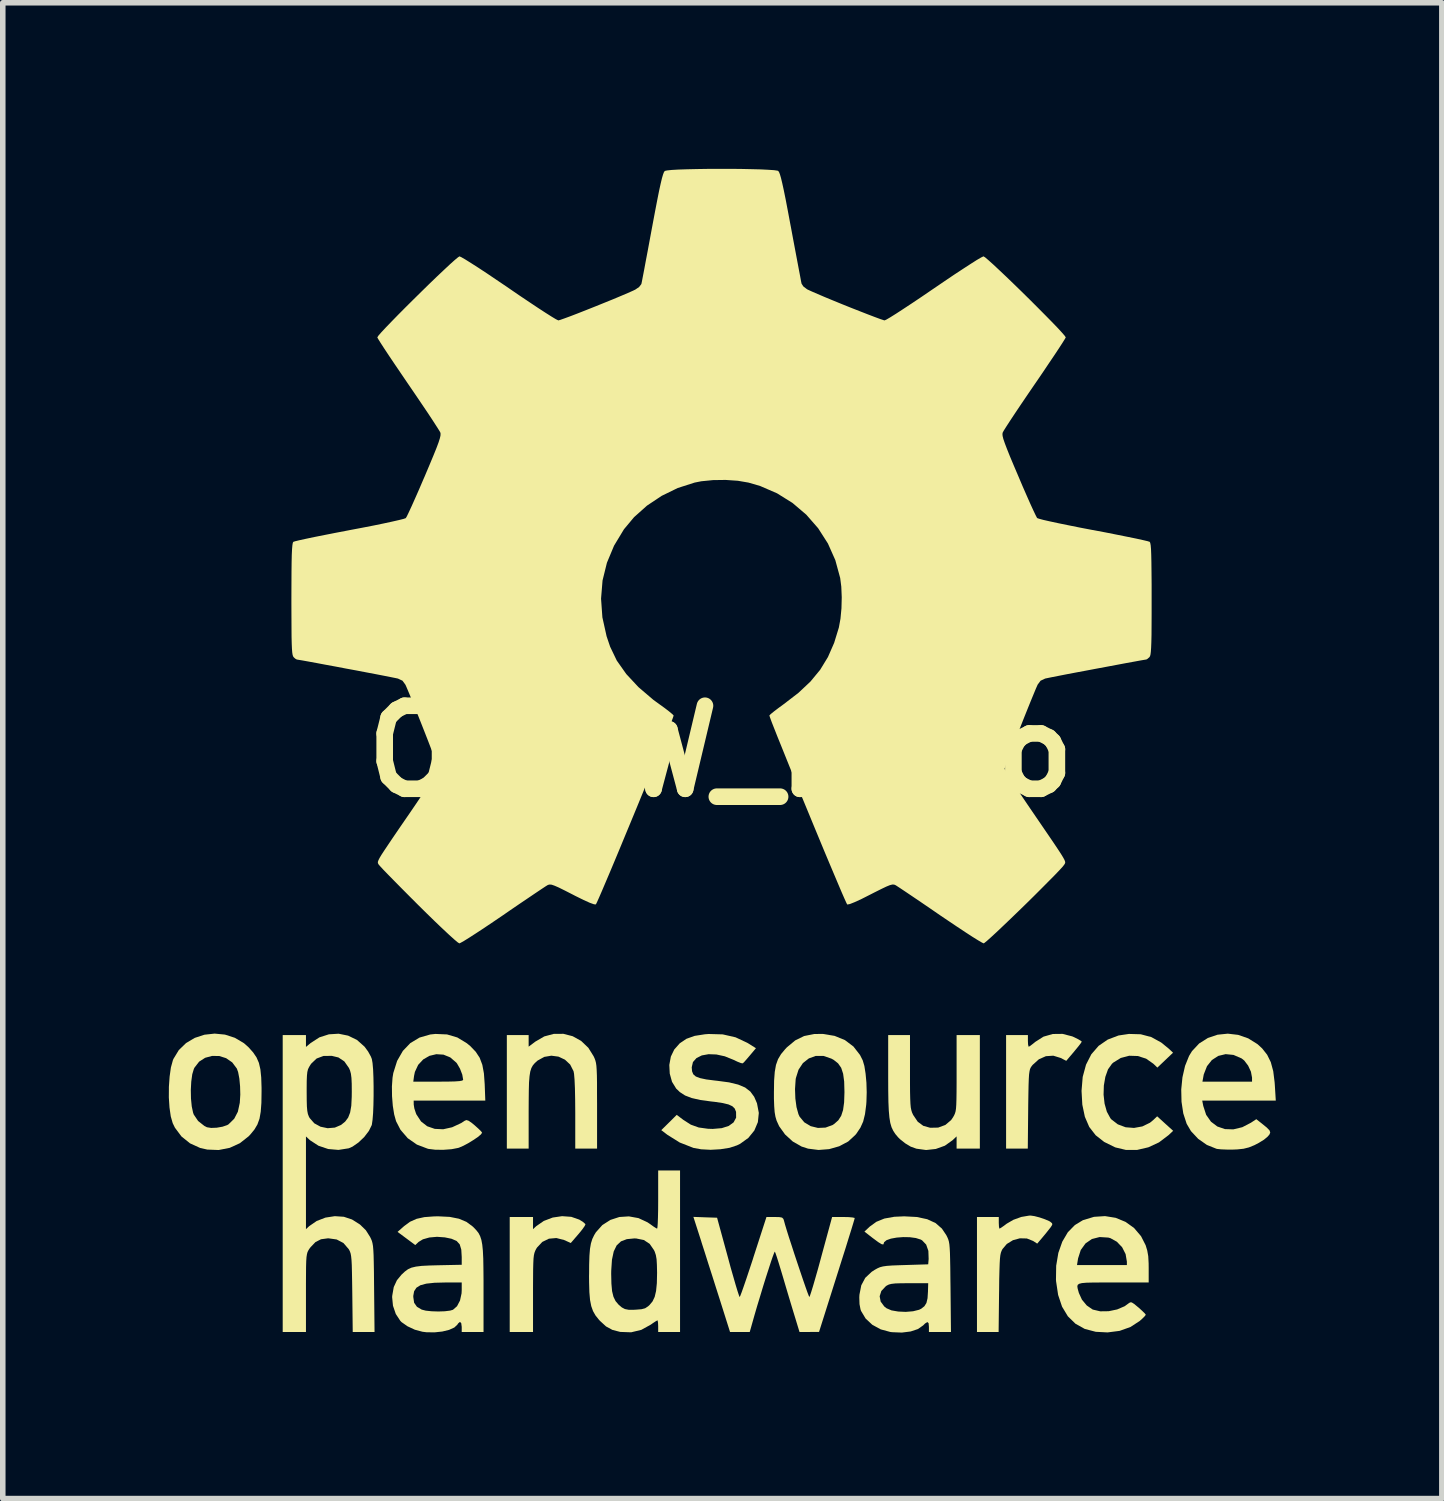
<source format=kicad_pcb>
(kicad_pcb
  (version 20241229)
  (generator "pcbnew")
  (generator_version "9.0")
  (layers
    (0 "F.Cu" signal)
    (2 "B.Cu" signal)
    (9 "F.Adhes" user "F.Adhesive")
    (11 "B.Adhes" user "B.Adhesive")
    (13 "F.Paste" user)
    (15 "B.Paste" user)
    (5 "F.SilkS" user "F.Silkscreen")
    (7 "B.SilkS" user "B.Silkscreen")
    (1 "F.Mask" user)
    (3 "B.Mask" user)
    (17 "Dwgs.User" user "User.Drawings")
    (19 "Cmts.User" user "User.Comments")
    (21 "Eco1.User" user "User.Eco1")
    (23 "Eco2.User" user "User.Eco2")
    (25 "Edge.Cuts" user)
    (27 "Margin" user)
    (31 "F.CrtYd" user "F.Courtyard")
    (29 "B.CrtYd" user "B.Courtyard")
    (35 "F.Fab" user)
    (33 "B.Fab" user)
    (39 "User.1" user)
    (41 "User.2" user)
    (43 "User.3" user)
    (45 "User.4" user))
  (footprint "OSHW_Logo"
    (layer "F.Cu")
    (at 9.971 10.521)
    (property "Reference" "OSHW_Logo" (at 0 0 0) (layer "F.SilkS") (effects (font (size 1.5 1.5) (thickness 0.3))))
    (attr board_only exclude_from_pos_files exclude_from_bom)
    (fp_poly (pts (xy -2.701 8.411) (xy -2.557 8.461) (xy -2.492 8.501) (xy -2.451 8.537) (xy -2.445 8.549) (xy -2.462 8.582) (xy -2.504 8.641) (xy -2.565 8.716) (xy -2.578 8.731) (xy -2.71 8.884) (xy -2.83 8.83) (xy -2.97 8.794) (xy -3.105 8.806) (xy -3.224 8.864) (xy -3.32 8.966) (xy -3.337 8.994) (xy -3.353 9.026) (xy -3.366 9.061) (xy -3.376 9.105) (xy -3.383 9.165) (xy -3.387 9.248) (xy -3.39 9.361) (xy -3.391 9.51) (xy -3.392 9.702) (xy -3.392 9.792) (xy -3.392 10.491) (xy -3.602 10.491) (xy -3.813 10.491) (xy -3.813 9.453) (xy -3.813 8.414) (xy -3.602 8.414) (xy -3.392 8.414) (xy -3.392 8.524) (xy -3.392 8.634) (xy -3.333 8.579) (xy -3.197 8.485) (xy -3.037 8.424) (xy -2.867 8.399)) (stroke (width 0) (type solid)) (fill yes) (layer "F.SilkS"))
    (fp_poly (pts (xy 6.349 5.151) (xy 6.383 5.166) (xy 6.457 5.203) (xy 6.507 5.233) (xy 6.521 5.246) (xy 6.505 5.273) (xy 6.463 5.328) (xy 6.402 5.402) (xy 6.381 5.428) (xy 6.241 5.593) (xy 6.14 5.541) (xy 6.007 5.5) (xy 5.873 5.509) (xy 5.746 5.565) (xy 5.634 5.666) (xy 5.615 5.69) (xy 5.599 5.714) (xy 5.586 5.743) (xy 5.577 5.783) (xy 5.569 5.84) (xy 5.564 5.921) (xy 5.56 6.033) (xy 5.557 6.181) (xy 5.554 6.373) (xy 5.553 6.47) (xy 5.546 7.178) (xy 5.35 7.178) (xy 5.154 7.178) (xy 5.154 6.153) (xy 5.154 5.127) (xy 5.351 5.127) (xy 5.548 5.127) (xy 5.548 5.233) (xy 5.551 5.298) (xy 5.56 5.335) (xy 5.564 5.338) (xy 5.591 5.322) (xy 5.643 5.282) (xy 5.682 5.25) (xy 5.83 5.156) (xy 5.997 5.108) (xy 6.173 5.106)) (stroke (width 0) (type solid)) (fill yes) (layer "F.SilkS"))
    (fp_poly (pts (xy 5.666 8.398) (xy 5.759 8.422) (xy 5.855 8.455) (xy 5.932 8.488) (xy 5.955 8.502) (xy 5.985 8.528) (xy 5.988 8.554) (xy 5.962 8.596) (xy 5.937 8.628) (xy 5.873 8.709) (xy 5.803 8.793) (xy 5.792 8.806) (xy 5.716 8.895) (xy 5.642 8.847) (xy 5.529 8.802) (xy 5.403 8.799) (xy 5.278 8.833) (xy 5.167 8.901) (xy 5.089 8.993) (xy 5.073 9.024) (xy 5.06 9.059) (xy 5.05 9.105) (xy 5.043 9.169) (xy 5.038 9.257) (xy 5.034 9.377) (xy 5.03 9.534) (xy 5.028 9.735) (xy 5.027 9.788) (xy 5.019 10.491) (xy 4.823 10.491) (xy 4.628 10.491) (xy 4.628 9.453) (xy 4.628 8.414) (xy 4.825 8.414) (xy 5.022 8.414) (xy 5.022 8.519) (xy 5.025 8.585) (xy 5.032 8.622) (xy 5.035 8.624) (xy 5.061 8.61) (xy 5.116 8.572) (xy 5.165 8.535) (xy 5.285 8.465) (xy 5.429 8.413) (xy 5.57 8.389) (xy 5.597 8.388)) (stroke (width 0) (type solid)) (fill yes) (layer "F.SilkS"))
    (fp_poly (pts (xy 7.586 5.113) (xy 7.778 5.164) (xy 7.956 5.262) (xy 8.089 5.37) (xy 8.17 5.446) (xy 8.029 5.58) (xy 7.887 5.715) (xy 7.815 5.646) (xy 7.684 5.554) (xy 7.534 5.506) (xy 7.378 5.501) (xy 7.226 5.541) (xy 7.09 5.625) (xy 7.066 5.647) (xy 6.995 5.747) (xy 6.947 5.882) (xy 6.92 6.038) (xy 6.915 6.204) (xy 6.933 6.366) (xy 6.974 6.512) (xy 7.037 6.628) (xy 7.054 6.649) (xy 7.172 6.74) (xy 7.313 6.793) (xy 7.465 6.805) (xy 7.615 6.778) (xy 7.753 6.711) (xy 7.813 6.662) (xy 7.883 6.595) (xy 8.027 6.726) (xy 8.172 6.857) (xy 8.089 6.935) (xy 7.916 7.066) (xy 7.724 7.155) (xy 7.522 7.202) (xy 7.321 7.203) (xy 7.128 7.157) (xy 7.121 7.154) (xy 6.926 7.058) (xy 6.772 6.937) (xy 6.656 6.787) (xy 6.577 6.604) (xy 6.531 6.385) (xy 6.517 6.135) (xy 6.538 5.883) (xy 6.598 5.662) (xy 6.694 5.474) (xy 6.826 5.322) (xy 6.99 5.209) (xy 7.185 5.135) (xy 7.373 5.107)) (stroke (width 0) (type solid)) (fill yes) (layer "F.SilkS"))
    (fp_poly (pts (xy -2.676 5.148) (xy -2.523 5.233) (xy -2.393 5.357) (xy -2.298 5.509) (xy -2.28 5.548) (xy -2.266 5.586) (xy -2.255 5.629) (xy -2.247 5.684) (xy -2.242 5.758) (xy -2.238 5.856) (xy -2.236 5.987) (xy -2.236 6.155) (xy -2.235 6.369) (xy -2.235 6.409) (xy -2.235 7.178) (xy -2.432 7.178) (xy -2.629 7.178) (xy -2.629 6.531) (xy -2.631 6.287) (xy -2.635 6.087) (xy -2.642 5.932) (xy -2.651 5.826) (xy -2.66 5.78) (xy -2.721 5.66) (xy -2.815 5.572) (xy -2.932 5.517) (xy -3.061 5.5) (xy -3.19 5.522) (xy -3.309 5.588) (xy -3.316 5.594) (xy -3.36 5.634) (xy -3.395 5.675) (xy -3.422 5.724) (xy -3.442 5.787) (xy -3.455 5.87) (xy -3.464 5.981) (xy -3.468 6.126) (xy -3.47 6.312) (xy -3.471 6.507) (xy -3.471 7.178) (xy -3.668 7.178) (xy -3.865 7.178) (xy -3.865 6.153) (xy -3.865 5.127) (xy -3.668 5.127) (xy -3.471 5.127) (xy -3.471 5.232) (xy -3.471 5.337) (xy -3.352 5.247) (xy -3.189 5.152) (xy -3.017 5.106) (xy -2.843 5.105)) (stroke (width 0) (type solid)) (fill yes) (layer "F.SilkS"))
    (fp_poly (pts (xy 3.418 5.792) (xy 3.418 5.997) (xy 3.419 6.157) (xy 3.422 6.278) (xy 3.426 6.368) (xy 3.432 6.435) (xy 3.442 6.484) (xy 3.454 6.524) (xy 3.471 6.561) (xy 3.477 6.573) (xy 3.558 6.693) (xy 3.658 6.767) (xy 3.782 6.802) (xy 3.927 6.799) (xy 4.057 6.751) (xy 4.161 6.663) (xy 4.194 6.615) (xy 4.214 6.58) (xy 4.229 6.547) (xy 4.241 6.508) (xy 4.249 6.457) (xy 4.254 6.387) (xy 4.257 6.29) (xy 4.259 6.16) (xy 4.26 5.991) (xy 4.26 5.815) (xy 4.26 5.127) (xy 4.47 5.127) (xy 4.68 5.127) (xy 4.68 6.153) (xy 4.68 7.178) (xy 4.47 7.178) (xy 4.26 7.178) (xy 4.26 7.068) (xy 4.26 6.958) (xy 4.187 7.027) (xy 4.048 7.126) (xy 3.884 7.185) (xy 3.709 7.204) (xy 3.534 7.18) (xy 3.431 7.143) (xy 3.333 7.084) (xy 3.236 7.007) (xy 3.203 6.974) (xy 3.154 6.916) (xy 3.116 6.858) (xy 3.085 6.793) (xy 3.062 6.715) (xy 3.046 6.616) (xy 3.035 6.492) (xy 3.028 6.335) (xy 3.025 6.139) (xy 3.024 5.898) (xy 3.024 5.859) (xy 3.024 5.127) (xy 3.221 5.127) (xy 3.418 5.127)) (stroke (width 0) (type solid)) (fill yes) (layer "F.SilkS"))
    (fp_poly (pts (xy 9.347 5.124) (xy 9.528 5.187) (xy 9.695 5.291) (xy 9.78 5.369) (xy 9.87 5.483) (xy 9.936 5.617) (xy 9.98 5.78) (xy 10.005 5.981) (xy 10.009 6.036) (xy 10.026 6.311) (xy 9.362 6.311) (xy 8.697 6.311) (xy 8.716 6.408) (xy 8.768 6.568) (xy 8.855 6.692) (xy 8.97 6.779) (xy 9.107 6.826) (xy 9.259 6.831) (xy 9.421 6.792) (xy 9.577 6.711) (xy 9.674 6.647) (xy 9.776 6.727) (xy 9.863 6.798) (xy 9.912 6.848) (xy 9.926 6.887) (xy 9.911 6.925) (xy 9.875 6.966) (xy 9.812 7.018) (xy 9.721 7.074) (xy 9.641 7.116) (xy 9.54 7.157) (xy 9.444 7.181) (xy 9.331 7.193) (xy 9.255 7.196) (xy 9.142 7.196) (xy 9.038 7.192) (xy 8.965 7.184) (xy 8.953 7.181) (xy 8.781 7.112) (xy 8.624 7.002) (xy 8.494 6.863) (xy 8.416 6.73) (xy 8.355 6.543) (xy 8.323 6.332) (xy 8.318 6.11) (xy 8.332 5.969) (xy 8.701 5.969) (xy 9.149 5.969) (xy 9.597 5.969) (xy 9.597 5.896) (xy 9.577 5.789) (xy 9.526 5.679) (xy 9.456 5.587) (xy 9.408 5.549) (xy 9.262 5.486) (xy 9.12 5.472) (xy 8.987 5.504) (xy 8.872 5.578) (xy 8.783 5.69) (xy 8.725 5.838) (xy 8.719 5.87) (xy 8.701 5.969) (xy 8.332 5.969) (xy 8.34 5.89) (xy 8.387 5.684) (xy 8.459 5.505) (xy 8.512 5.418) (xy 8.642 5.279) (xy 8.799 5.18) (xy 8.974 5.121) (xy 9.159 5.102)) (stroke (width 0) (type solid)) (fill yes) (layer "F.SilkS"))
    (fp_poly (pts (xy -8.957 5.119) (xy -8.778 5.177) (xy -8.613 5.275) (xy -8.529 5.35) (xy -8.448 5.441) (xy -8.387 5.531) (xy -8.344 5.63) (xy -8.317 5.747) (xy -8.302 5.894) (xy -8.296 6.079) (xy -8.296 6.153) (xy -8.299 6.354) (xy -8.311 6.512) (xy -8.333 6.638) (xy -8.371 6.743) (xy -8.425 6.834) (xy -8.499 6.924) (xy -8.529 6.956) (xy -8.688 7.081) (xy -8.872 7.165) (xy -9.071 7.204) (xy -9.276 7.196) (xy -9.405 7.167) (xy -9.589 7.083) (xy -9.743 6.959) (xy -9.861 6.801) (xy -9.901 6.719) (xy -9.936 6.597) (xy -9.959 6.437) (xy -9.971 6.255) (xy -9.97 6.12) (xy -9.574 6.12) (xy -9.571 6.275) (xy -9.557 6.417) (xy -9.533 6.529) (xy -9.521 6.563) (xy -9.442 6.68) (xy -9.329 6.769) (xy -9.282 6.793) (xy -9.207 6.805) (xy -9.106 6.801) (xy -9.002 6.783) (xy -8.917 6.754) (xy -8.893 6.74) (xy -8.79 6.639) (xy -8.724 6.512) (xy -8.689 6.35) (xy -8.689 6.346) (xy -8.68 6.203) (xy -8.684 6.054) (xy -8.697 5.914) (xy -8.719 5.798) (xy -8.742 5.733) (xy -8.826 5.621) (xy -8.936 5.545) (xy -9.06 5.506) (xy -9.19 5.504) (xy -9.315 5.538) (xy -9.424 5.608) (xy -9.507 5.715) (xy -9.519 5.739) (xy -9.548 5.836) (xy -9.566 5.969) (xy -9.574 6.12) (xy -9.97 6.12) (xy -9.97 6.065) (xy -9.957 5.879) (xy -9.934 5.714) (xy -9.898 5.583) (xy -9.889 5.56) (xy -9.791 5.399) (xy -9.659 5.271) (xy -9.502 5.178) (xy -9.327 5.121) (xy -9.143 5.101)) (stroke (width 0) (type solid)) (fill yes) (layer "F.SilkS"))
    (fp_poly (pts (xy 2.056 5.142) (xy 2.242 5.218) (xy 2.396 5.334) (xy 2.515 5.487) (xy 2.564 5.584) (xy 2.594 5.686) (xy 2.616 5.826) (xy 2.631 5.989) (xy 2.636 6.163) (xy 2.631 6.332) (xy 2.627 6.388) (xy 2.605 6.557) (xy 2.572 6.69) (xy 2.522 6.801) (xy 2.45 6.908) (xy 2.431 6.931) (xy 2.302 7.05) (xy 2.14 7.136) (xy 1.958 7.188) (xy 1.766 7.203) (xy 1.576 7.179) (xy 1.459 7.141) (xy 1.3 7.05) (xy 1.161 6.923) (xy 1.054 6.774) (xy 1.008 6.673) (xy 0.987 6.601) (xy 0.973 6.519) (xy 0.965 6.415) (xy 0.96 6.278) (xy 0.96 6.153) (xy 0.961 6.104) (xy 1.341 6.104) (xy 1.347 6.274) (xy 1.368 6.43) (xy 1.403 6.557) (xy 1.424 6.602) (xy 1.509 6.704) (xy 1.624 6.773) (xy 1.755 6.805) (xy 1.892 6.799) (xy 2.02 6.752) (xy 2.05 6.732) (xy 2.123 6.667) (xy 2.175 6.586) (xy 2.209 6.481) (xy 2.228 6.343) (xy 2.234 6.162) (xy 2.234 6.152) (xy 2.229 5.967) (xy 2.21 5.826) (xy 2.175 5.719) (xy 2.119 5.639) (xy 2.04 5.576) (xy 1.998 5.553) (xy 1.855 5.504) (xy 1.716 5.504) (xy 1.591 5.549) (xy 1.484 5.633) (xy 1.404 5.754) (xy 1.356 5.906) (xy 1.352 5.934) (xy 1.341 6.104) (xy 0.961 6.104) (xy 0.963 5.952) (xy 0.975 5.793) (xy 0.997 5.667) (xy 1.034 5.563) (xy 1.089 5.471) (xy 1.163 5.382) (xy 1.193 5.35) (xy 1.344 5.224) (xy 1.505 5.145) (xy 1.688 5.108) (xy 1.844 5.107)) (stroke (width 0) (type solid)) (fill yes) (layer "F.SilkS"))
    (fp_poly (pts (xy 7.134 8.429) (xy 7.311 8.502) (xy 7.466 8.613) (xy 7.592 8.761) (xy 7.675 8.924) (xy 7.704 9.02) (xy 7.722 9.122) (xy 7.729 9.249) (xy 7.73 9.335) (xy 7.73 9.597) (xy 7.086 9.597) (xy 6.881 9.597) (xy 6.722 9.598) (xy 6.605 9.601) (xy 6.524 9.608) (xy 6.473 9.621) (xy 6.447 9.641) (xy 6.441 9.671) (xy 6.448 9.712) (xy 6.463 9.765) (xy 6.469 9.787) (xy 6.524 9.907) (xy 6.611 10.012) (xy 6.714 10.083) (xy 6.723 10.087) (xy 6.855 10.118) (xy 7.007 10.116) (xy 7.16 10.084) (xy 7.296 10.026) (xy 7.367 9.974) (xy 7.395 9.956) (xy 7.424 9.957) (xy 7.468 9.985) (xy 7.538 10.043) (xy 7.545 10.048) (xy 7.612 10.109) (xy 7.66 10.156) (xy 7.678 10.18) (xy 7.659 10.206) (xy 7.612 10.253) (xy 7.568 10.292) (xy 7.401 10.401) (xy 7.205 10.471) (xy 6.987 10.499) (xy 6.774 10.488) (xy 6.575 10.436) (xy 6.407 10.342) (xy 6.27 10.208) (xy 6.165 10.034) (xy 6.094 9.822) (xy 6.057 9.575) (xy 6.055 9.545) (xy 6.059 9.292) (xy 6.061 9.282) (xy 6.435 9.282) (xy 6.886 9.282) (xy 7.336 9.282) (xy 7.336 9.22) (xy 7.313 9.084) (xy 7.25 8.96) (xy 7.155 8.861) (xy 7.04 8.797) (xy 7.002 8.786) (xy 6.844 8.776) (xy 6.704 8.812) (xy 6.589 8.891) (xy 6.503 9.01) (xy 6.454 9.163) (xy 6.453 9.17) (xy 6.435 9.282) (xy 6.061 9.282) (xy 6.098 9.062) (xy 6.169 8.86) (xy 6.269 8.69) (xy 6.398 8.558) (xy 6.541 8.472) (xy 6.742 8.411) (xy 6.942 8.398)) (stroke (width 0) (type solid)) (fill yes) (layer "F.SilkS"))
    (fp_poly (pts (xy -4.945 5.116) (xy -4.759 5.171) (xy -4.588 5.275) (xy -4.527 5.325) (xy -4.428 5.428) (xy -4.356 5.537) (xy -4.308 5.664) (xy -4.279 5.82) (xy -4.265 6.015) (xy -4.254 6.311) (xy -4.901 6.311) (xy -5.548 6.311) (xy -5.547 6.383) (xy -5.536 6.453) (xy -5.508 6.538) (xy -5.498 6.562) (xy -5.415 6.688) (xy -5.303 6.775) (xy -5.167 6.822) (xy -5.015 6.829) (xy -4.853 6.793) (xy -4.688 6.716) (xy -4.624 6.674) (xy -4.594 6.663) (xy -4.554 6.676) (xy -4.494 6.718) (xy -4.447 6.757) (xy -4.379 6.818) (xy -4.33 6.866) (xy -4.312 6.892) (xy -4.334 6.923) (xy -4.39 6.97) (xy -4.47 7.024) (xy -4.561 7.08) (xy -4.651 7.128) (xy -4.728 7.161) (xy -4.743 7.166) (xy -4.862 7.189) (xy -5.008 7.2) (xy -5.155 7.199) (xy -5.28 7.184) (xy -5.298 7.179) (xy -5.49 7.106) (xy -5.655 6.991) (xy -5.786 6.839) (xy -5.866 6.684) (xy -5.9 6.562) (xy -5.925 6.406) (xy -5.939 6.231) (xy -5.941 6.056) (xy -5.935 5.969) (xy -5.555 5.969) (xy -5.104 5.969) (xy -4.931 5.968) (xy -4.805 5.965) (xy -4.721 5.959) (xy -4.672 5.95) (xy -4.655 5.938) (xy -4.654 5.936) (xy -4.67 5.842) (xy -4.711 5.735) (xy -4.766 5.64) (xy -4.779 5.624) (xy -4.887 5.531) (xy -5.01 5.481) (xy -5.139 5.473) (xy -5.264 5.503) (xy -5.376 5.568) (xy -5.467 5.666) (xy -5.526 5.793) (xy -5.541 5.864) (xy -5.555 5.969) (xy -5.935 5.969) (xy -5.93 5.898) (xy -5.916 5.813) (xy -5.847 5.594) (xy -5.743 5.413) (xy -5.608 5.272) (xy -5.443 5.173) (xy -5.249 5.117) (xy -5.154 5.107)) (stroke (width 0) (type solid)) (fill yes) (layer "F.SilkS"))
    (fp_poly (pts (xy 0.035 5.115) (xy 0.267 5.168) (xy 0.48 5.268) (xy 0.508 5.285) (xy 0.635 5.365) (xy 0.525 5.496) (xy 0.466 5.565) (xy 0.42 5.617) (xy 0.397 5.638) (xy 0.366 5.634) (xy 0.302 5.609) (xy 0.228 5.574) (xy 0.072 5.511) (xy -0.08 5.478) (xy -0.221 5.473) (xy -0.343 5.495) (xy -0.439 5.543) (xy -0.503 5.615) (xy -0.525 5.71) (xy -0.525 5.711) (xy -0.519 5.782) (xy -0.497 5.836) (xy -0.451 5.876) (xy -0.375 5.905) (xy -0.262 5.929) (xy -0.105 5.949) (xy -0.06 5.954) (xy 0.15 5.982) (xy 0.314 6.022) (xy 0.44 6.075) (xy 0.534 6.148) (xy 0.603 6.242) (xy 0.654 6.36) (xy 0.687 6.534) (xy 0.67 6.7) (xy 0.606 6.852) (xy 0.498 6.985) (xy 0.348 7.093) (xy 0.292 7.12) (xy 0.159 7.164) (xy -0.006 7.19) (xy -0.183 7.2) (xy -0.355 7.191) (xy -0.493 7.166) (xy -0.743 7.068) (xy -0.965 6.929) (xy -1.075 6.845) (xy -0.935 6.707) (xy -0.796 6.569) (xy -0.673 6.662) (xy -0.541 6.746) (xy -0.399 6.797) (xy -0.233 6.82) (xy -0.145 6.823) (xy 0.017 6.809) (xy 0.143 6.769) (xy 0.231 6.705) (xy 0.277 6.62) (xy 0.276 6.516) (xy 0.274 6.51) (xy 0.252 6.455) (xy 0.209 6.413) (xy 0.14 6.381) (xy 0.037 6.356) (xy -0.109 6.334) (xy -0.174 6.327) (xy -0.371 6.3) (xy -0.525 6.265) (xy -0.645 6.219) (xy -0.739 6.158) (xy -0.806 6.094) (xy -0.881 5.972) (xy -0.922 5.824) (xy -0.93 5.667) (xy -0.902 5.516) (xy -0.841 5.389) (xy -0.741 5.276) (xy -0.621 5.195) (xy -0.472 5.142) (xy -0.286 5.113) (xy -0.22 5.108)) (stroke (width 0) (type solid)) (fill yes) (layer "F.SilkS"))
    (fp_poly (pts (xy -4.897 8.412) (xy -4.731 8.445) (xy -4.595 8.502) (xy -4.479 8.588) (xy -4.457 8.61) (xy -4.412 8.658) (xy -4.375 8.706) (xy -4.347 8.761) (xy -4.325 8.828) (xy -4.309 8.913) (xy -4.298 9.023) (xy -4.291 9.164) (xy -4.288 9.341) (xy -4.286 9.561) (xy -4.286 9.727) (xy -4.286 10.491) (xy -4.483 10.491) (xy -4.68 10.491) (xy -4.68 10.399) (xy -4.689 10.331) (xy -4.712 10.309) (xy -4.745 10.337) (xy -4.758 10.358) (xy -4.813 10.41) (xy -4.908 10.453) (xy -5.031 10.483) (xy -5.171 10.498) (xy -5.317 10.496) (xy -5.389 10.487) (xy -5.527 10.45) (xy -5.66 10.388) (xy -5.767 10.313) (xy -5.79 10.289) (xy -5.871 10.166) (xy -5.922 10.017) (xy -5.937 9.862) (xy -5.937 9.859) (xy -5.555 9.859) (xy -5.54 9.963) (xy -5.489 10.036) (xy -5.403 10.087) (xy -5.329 10.106) (xy -5.224 10.117) (xy -5.103 10.121) (xy -4.986 10.117) (xy -4.889 10.105) (xy -4.838 10.09) (xy -4.765 10.026) (xy -4.711 9.923) (xy -4.683 9.794) (xy -4.68 9.735) (xy -4.68 9.597) (xy -4.976 9.597) (xy -5.171 9.602) (xy -5.32 9.618) (xy -5.427 9.647) (xy -5.499 9.692) (xy -5.54 9.755) (xy -5.555 9.838) (xy -5.555 9.859) (xy -5.937 9.859) (xy -5.935 9.834) (xy -5.908 9.68) (xy -5.851 9.557) (xy -5.768 9.456) (xy -5.708 9.4) (xy -5.651 9.358) (xy -5.587 9.329) (xy -5.507 9.31) (xy -5.401 9.297) (xy -5.26 9.29) (xy -5.108 9.286) (xy -4.68 9.277) (xy -4.68 9.137) (xy -4.688 9.003) (xy -4.716 8.909) (xy -4.772 8.847) (xy -4.865 8.807) (xy -4.986 8.782) (xy -5.127 8.772) (xy -5.264 8.784) (xy -5.381 8.817) (xy -5.46 8.865) (xy -5.519 8.921) (xy -5.679 8.802) (xy -5.839 8.683) (xy -5.72 8.578) (xy -5.614 8.5) (xy -5.495 8.447) (xy -5.354 8.416) (xy -5.177 8.403) (xy -5.101 8.402)) (stroke (width 0) (type solid)) (fill yes) (layer "F.SilkS"))
    (fp_poly (pts (xy -0.736 9.032) (xy -0.736 10.491) (xy -0.933 10.491) (xy -1.131 10.491) (xy -1.131 10.386) (xy -1.134 10.32) (xy -1.141 10.284) (xy -1.144 10.281) (xy -1.171 10.295) (xy -1.226 10.331) (xy -1.264 10.358) (xy -1.436 10.453) (xy -1.62 10.497) (xy -1.817 10.49) (xy -1.817 10.49) (xy -1.957 10.454) (xy -2.073 10.391) (xy -2.183 10.29) (xy -2.202 10.269) (xy -2.263 10.193) (xy -2.308 10.114) (xy -2.34 10.024) (xy -2.362 9.913) (xy -2.374 9.773) (xy -2.379 9.594) (xy -2.38 9.479) (xy -2.379 9.438) (xy -1.98 9.438) (xy -1.976 9.617) (xy -1.964 9.753) (xy -1.939 9.855) (xy -1.901 9.933) (xy -1.847 9.997) (xy -1.847 9.997) (xy -1.787 10.048) (xy -1.732 10.077) (xy -1.665 10.09) (xy -1.568 10.09) (xy -1.532 10.088) (xy -1.433 10.08) (xy -1.367 10.063) (xy -1.314 10.028) (xy -1.288 10.005) (xy -1.233 9.939) (xy -1.194 9.857) (xy -1.169 9.75) (xy -1.155 9.61) (xy -1.151 9.427) (xy -1.151 9.42) (xy -1.154 9.279) (xy -1.16 9.177) (xy -1.173 9.102) (xy -1.194 9.039) (xy -1.207 9.012) (xy -1.285 8.899) (xy -1.39 8.83) (xy -1.528 8.802) (xy -1.562 8.801) (xy -1.697 8.814) (xy -1.803 8.854) (xy -1.881 8.927) (xy -1.934 9.036) (xy -1.966 9.186) (xy -1.979 9.381) (xy -1.98 9.438) (xy -2.379 9.438) (xy -2.378 9.275) (xy -2.373 9.115) (xy -2.363 8.99) (xy -2.346 8.892) (xy -2.321 8.811) (xy -2.287 8.741) (xy -2.257 8.691) (xy -2.14 8.56) (xy -1.995 8.467) (xy -1.832 8.414) (xy -1.66 8.403) (xy -1.487 8.434) (xy -1.324 8.51) (xy -1.274 8.544) (xy -1.21 8.59) (xy -1.163 8.619) (xy -1.15 8.624) (xy -1.144 8.599) (xy -1.139 8.529) (xy -1.135 8.423) (xy -1.132 8.288) (xy -1.131 8.131) (xy -1.131 8.099) (xy -1.131 7.573) (xy -0.933 7.573) (xy -0.736 7.573)) (stroke (width 0) (type solid)) (fill yes) (layer "F.SilkS"))
    (fp_poly (pts (xy -0.281 8.42) (xy -0.067 8.427) (xy 0.129 9.144) (xy 0.179 9.329) (xy 0.227 9.496) (xy 0.268 9.639) (xy 0.302 9.751) (xy 0.327 9.827) (xy 0.34 9.86) (xy 0.341 9.86) (xy 0.353 9.836) (xy 0.379 9.768) (xy 0.416 9.663) (xy 0.463 9.526) (xy 0.517 9.364) (xy 0.577 9.183) (xy 0.591 9.137) (xy 0.825 8.414) (xy 0.975 8.414) (xy 1.06 8.416) (xy 1.107 8.425) (xy 1.131 8.449) (xy 1.143 8.486) (xy 1.161 8.552) (xy 1.191 8.652) (xy 1.231 8.78) (xy 1.279 8.926) (xy 1.33 9.084) (xy 1.384 9.246) (xy 1.437 9.404) (xy 1.486 9.549) (xy 1.53 9.676) (xy 1.565 9.775) (xy 1.59 9.839) (xy 1.6 9.86) (xy 1.611 9.836) (xy 1.634 9.767) (xy 1.667 9.66) (xy 1.707 9.522) (xy 1.754 9.358) (xy 1.804 9.175) (xy 1.814 9.137) (xy 2.011 8.414) (xy 2.215 8.414) (xy 2.311 8.416) (xy 2.383 8.423) (xy 2.418 8.431) (xy 2.419 8.434) (xy 2.412 8.462) (xy 2.39 8.536) (xy 2.356 8.648) (xy 2.31 8.795) (xy 2.256 8.97) (xy 2.193 9.168) (xy 2.125 9.384) (xy 2.097 9.472) (xy 1.775 10.49) (xy 1.598 10.491) (xy 1.422 10.491) (xy 1.344 10.235) (xy 1.309 10.121) (xy 1.264 9.972) (xy 1.213 9.802) (xy 1.161 9.627) (xy 1.129 9.518) (xy 1.085 9.371) (xy 1.045 9.24) (xy 1.012 9.136) (xy 0.988 9.066) (xy 0.976 9.039) (xy 0.965 9.059) (xy 0.941 9.122) (xy 0.907 9.221) (xy 0.865 9.351) (xy 0.816 9.502) (xy 0.764 9.669) (xy 0.711 9.845) (xy 0.657 10.022) (xy 0.607 10.194) (xy 0.562 10.353) (xy 0.55 10.396) (xy 0.523 10.491) (xy 0.345 10.491) (xy 0.167 10.491) (xy -0.022 9.893) (xy -0.087 9.69) (xy -0.156 9.472) (xy -0.226 9.254) (xy -0.29 9.051) (xy -0.345 8.881) (xy -0.353 8.853) (xy -0.495 8.412)) (stroke (width 0) (type solid)) (fill yes) (layer "F.SilkS"))
    (fp_poly (pts (xy 3.542 8.414) (xy 3.729 8.454) (xy 3.879 8.523) (xy 3.994 8.623) (xy 4.074 8.742) (xy 4.093 8.78) (xy 4.108 8.815) (xy 4.12 8.855) (xy 4.129 8.906) (xy 4.135 8.973) (xy 4.14 9.064) (xy 4.143 9.184) (xy 4.146 9.341) (xy 4.148 9.54) (xy 4.15 9.682) (xy 4.158 10.491) (xy 3.959 10.491) (xy 3.76 10.491) (xy 3.76 10.399) (xy 3.754 10.332) (xy 3.732 10.312) (xy 3.69 10.338) (xy 3.656 10.372) (xy 3.562 10.438) (xy 3.43 10.482) (xy 3.271 10.502) (xy 3.096 10.495) (xy 3.063 10.491) (xy 2.889 10.444) (xy 2.737 10.361) (xy 2.616 10.248) (xy 2.534 10.111) (xy 2.524 10.082) (xy 2.506 9.988) (xy 2.502 9.868) (xy 2.503 9.846) (xy 2.87 9.846) (xy 2.888 9.942) (xy 2.954 10.031) (xy 2.995 10.063) (xy 3.084 10.101) (xy 3.206 10.122) (xy 3.341 10.128) (xy 3.473 10.117) (xy 3.582 10.09) (xy 3.621 10.071) (xy 3.678 10.026) (xy 3.715 9.967) (xy 3.735 9.882) (xy 3.743 9.757) (xy 3.743 9.748) (xy 3.747 9.61) (xy 3.4 9.61) (xy 3.256 9.611) (xy 3.154 9.614) (xy 3.084 9.622) (xy 3.036 9.634) (xy 2.998 9.653) (xy 2.98 9.666) (xy 2.9 9.751) (xy 2.87 9.846) (xy 2.503 9.846) (xy 2.505 9.816) (xy 2.538 9.648) (xy 2.61 9.513) (xy 2.726 9.404) (xy 2.78 9.369) (xy 2.83 9.341) (xy 2.876 9.321) (xy 2.93 9.307) (xy 3 9.297) (xy 3.097 9.29) (xy 3.23 9.285) (xy 3.326 9.282) (xy 3.747 9.269) (xy 3.755 9.172) (xy 3.75 9.026) (xy 3.71 8.912) (xy 3.637 8.836) (xy 3.613 8.822) (xy 3.524 8.794) (xy 3.414 8.779) (xy 3.295 8.777) (xy 3.177 8.786) (xy 3.073 8.805) (xy 2.994 8.833) (xy 2.95 8.87) (xy 2.945 8.888) (xy 2.936 8.91) (xy 2.905 8.905) (xy 2.846 8.869) (xy 2.754 8.801) (xy 2.747 8.796) (xy 2.595 8.678) (xy 2.69 8.588) (xy 2.81 8.501) (xy 2.955 8.442) (xy 3.134 8.41) (xy 3.313 8.402)) (stroke (width 0) (type solid)) (fill yes) (layer "F.SilkS"))
    (fp_poly (pts (xy -6.732 5.138) (xy -6.573 5.215) (xy -6.436 5.337) (xy -6.434 5.339) (xy -6.371 5.425) (xy -6.321 5.516) (xy -6.304 5.56) (xy -6.291 5.633) (xy -6.281 5.747) (xy -6.275 5.891) (xy -6.272 6.053) (xy -6.272 6.223) (xy -6.275 6.388) (xy -6.281 6.537) (xy -6.291 6.659) (xy -6.303 6.743) (xy -6.306 6.755) (xy -6.357 6.859) (xy -6.441 6.969) (xy -6.545 7.068) (xy -6.653 7.143) (xy -6.721 7.173) (xy -6.906 7.202) (xy -7.092 7.186) (xy -7.267 7.127) (xy -7.418 7.029) (xy -7.435 7.014) (xy -7.494 6.959) (xy -7.494 7.796) (xy -7.494 8.634) (xy -7.435 8.579) (xy -7.3 8.486) (xy -7.142 8.425) (xy -6.973 8.399) (xy -6.809 8.41) (xy -6.662 8.459) (xy -6.518 8.55) (xy -6.412 8.653) (xy -6.336 8.773) (xy -6.318 8.81) (xy -6.303 8.846) (xy -6.292 8.887) (xy -6.283 8.939) (xy -6.277 9.009) (xy -6.272 9.104) (xy -6.269 9.228) (xy -6.266 9.39) (xy -6.264 9.596) (xy -6.263 9.696) (xy -6.255 10.491) (xy -6.452 10.491) (xy -6.649 10.491) (xy -6.657 9.788) (xy -6.66 9.576) (xy -6.663 9.411) (xy -6.666 9.284) (xy -6.671 9.191) (xy -6.678 9.123) (xy -6.687 9.074) (xy -6.699 9.038) (xy -6.714 9.007) (xy -6.723 8.993) (xy -6.817 8.884) (xy -6.939 8.82) (xy -7.089 8.799) (xy -7.095 8.799) (xy -7.222 8.816) (xy -7.322 8.867) (xy -7.411 8.96) (xy -7.435 8.992) (xy -7.452 9.02) (xy -7.466 9.049) (xy -7.476 9.086) (xy -7.484 9.138) (xy -7.489 9.211) (xy -7.492 9.312) (xy -7.493 9.447) (xy -7.494 9.624) (xy -7.494 9.785) (xy -7.494 10.491) (xy -7.704 10.491) (xy -7.914 10.491) (xy -7.914 7.809) (xy -7.914 6.151) (xy -7.481 6.151) (xy -7.48 6.305) (xy -7.477 6.417) (xy -7.47 6.496) (xy -7.459 6.553) (xy -7.442 6.598) (xy -7.427 6.626) (xy -7.344 6.721) (xy -7.231 6.783) (xy -7.102 6.81) (xy -6.972 6.799) (xy -6.86 6.751) (xy -6.786 6.691) (xy -6.732 6.619) (xy -6.696 6.527) (xy -6.675 6.405) (xy -6.667 6.244) (xy -6.666 6.153) (xy -6.667 6.007) (xy -6.672 5.902) (xy -6.682 5.825) (xy -6.698 5.766) (xy -6.718 5.721) (xy -6.8 5.604) (xy -6.907 5.532) (xy -7.028 5.503) (xy -7.178 5.505) (xy -7.301 5.551) (xy -7.396 5.641) (xy -7.41 5.66) (xy -7.437 5.704) (xy -7.457 5.745) (xy -7.469 5.794) (xy -7.476 5.86) (xy -7.48 5.954) (xy -7.481 6.086) (xy -7.481 6.151) (xy -7.914 6.151) (xy -7.914 5.127) (xy -7.704 5.127) (xy -7.494 5.127) (xy -7.494 5.235) (xy -7.494 5.342) (xy -7.409 5.271) (xy -7.251 5.169) (xy -7.08 5.114) (xy -6.904 5.103)) (stroke (width 0) (type solid)) (fill yes) (layer "F.SilkS"))
    (fp_poly (pts (xy 0.168 -10.521) (xy 0.367 -10.519) (xy 0.553 -10.515) (xy 0.719 -10.511) (xy 0.857 -10.504) (xy 0.962 -10.497) (xy 1.024 -10.488) (xy 1.037 -10.483) (xy 1.052 -10.463) (xy 1.068 -10.423) (xy 1.087 -10.358) (xy 1.11 -10.263) (xy 1.138 -10.135) (xy 1.172 -9.968) (xy 1.212 -9.758) (xy 1.26 -9.502) (xy 1.265 -9.477) (xy 1.306 -9.256) (xy 1.345 -9.049) (xy 1.38 -8.863) (xy 1.41 -8.704) (xy 1.434 -8.578) (xy 1.45 -8.49) (xy 1.459 -8.448) (xy 1.459 -8.447) (xy 1.492 -8.396) (xy 1.558 -8.346) (xy 1.571 -8.339) (xy 1.643 -8.306) (xy 1.749 -8.26) (xy 1.88 -8.204) (xy 2.03 -8.142) (xy 2.191 -8.076) (xy 2.355 -8.01) (xy 2.513 -7.948) (xy 2.659 -7.891) (xy 2.785 -7.843) (xy 2.882 -7.807) (xy 2.943 -7.787) (xy 2.959 -7.783) (xy 2.992 -7.798) (xy 3.062 -7.839) (xy 3.166 -7.904) (xy 3.298 -7.99) (xy 3.453 -8.092) (xy 3.626 -8.208) (xy 3.812 -8.335) (xy 3.852 -8.362) (xy 4.04 -8.49) (xy 4.216 -8.609) (xy 4.376 -8.714) (xy 4.513 -8.803) (xy 4.623 -8.873) (xy 4.702 -8.919) (xy 4.743 -8.939) (xy 4.746 -8.94) (xy 4.775 -8.922) (xy 4.835 -8.871) (xy 4.922 -8.793) (xy 5.031 -8.691) (xy 5.157 -8.572) (xy 5.294 -8.44) (xy 5.438 -8.3) (xy 5.584 -8.156) (xy 5.726 -8.014) (xy 5.86 -7.879) (xy 5.981 -7.756) (xy 6.084 -7.649) (xy 6.163 -7.563) (xy 6.214 -7.504) (xy 6.232 -7.476) (xy 6.217 -7.449) (xy 6.176 -7.383) (xy 6.112 -7.284) (xy 6.028 -7.157) (xy 5.926 -7.006) (xy 5.812 -6.836) (xy 5.687 -6.653) (xy 5.675 -6.636) (xy 5.548 -6.45) (xy 5.43 -6.276) (xy 5.324 -6.118) (xy 5.234 -5.982) (xy 5.163 -5.873) (xy 5.115 -5.797) (xy 5.093 -5.758) (xy 5.093 -5.757) (xy 5.088 -5.732) (xy 5.091 -5.695) (xy 5.104 -5.642) (xy 5.13 -5.566) (xy 5.169 -5.463) (xy 5.223 -5.328) (xy 5.296 -5.154) (xy 5.375 -4.969) (xy 5.453 -4.785) (xy 5.527 -4.616) (xy 5.592 -4.469) (xy 5.647 -4.349) (xy 5.688 -4.263) (xy 5.712 -4.217) (xy 5.716 -4.212) (xy 5.749 -4.2) (xy 5.827 -4.179) (xy 5.946 -4.152) (xy 6.099 -4.119) (xy 6.28 -4.082) (xy 6.483 -4.041) (xy 6.703 -3.999) (xy 6.733 -3.994) (xy 6.954 -3.952) (xy 7.16 -3.911) (xy 7.344 -3.874) (xy 7.501 -3.842) (xy 7.624 -3.815) (xy 7.709 -3.795) (xy 7.748 -3.783) (xy 7.749 -3.782) (xy 7.758 -3.763) (xy 7.766 -3.721) (xy 7.772 -3.652) (xy 7.776 -3.55) (xy 7.779 -3.413) (xy 7.781 -3.236) (xy 7.783 -3.015) (xy 7.783 -2.746) (xy 7.783 -2.486) (xy 7.782 -2.273) (xy 7.781 -2.103) (xy 7.778 -1.971) (xy 7.774 -1.871) (xy 7.769 -1.799) (xy 7.763 -1.75) (xy 7.755 -1.719) (xy 7.744 -1.701) (xy 7.742 -1.698) (xy 7.703 -1.665) (xy 7.686 -1.657) (xy 7.654 -1.652) (xy 7.578 -1.639) (xy 7.464 -1.618) (xy 7.321 -1.592) (xy 7.156 -1.561) (xy 6.975 -1.527) (xy 6.787 -1.492) (xy 6.597 -1.456) (xy 6.415 -1.422) (xy 6.246 -1.39) (xy 6.099 -1.361) (xy 5.981 -1.338) (xy 5.898 -1.321) (xy 5.86 -1.313) (xy 5.777 -1.274) (xy 5.724 -1.203) (xy 5.724 -1.203) (xy 5.694 -1.135) (xy 5.651 -1.031) (xy 5.597 -0.9) (xy 5.536 -0.749) (xy 5.47 -0.584) (xy 5.403 -0.414) (xy 5.337 -0.246) (xy 5.276 -0.087) (xy 5.221 0.056) (xy 5.176 0.175) (xy 5.145 0.262) (xy 5.129 0.311) (xy 5.127 0.318) (xy 5.142 0.349) (xy 5.183 0.418) (xy 5.247 0.52) (xy 5.331 0.649) (xy 5.431 0.8) (xy 5.545 0.969) (xy 5.652 1.126) (xy 5.799 1.341) (xy 5.92 1.518) (xy 6.016 1.659) (xy 6.09 1.77) (xy 6.145 1.854) (xy 6.183 1.916) (xy 6.207 1.96) (xy 6.219 1.99) (xy 6.222 2.011) (xy 6.218 2.026) (xy 6.21 2.04) (xy 6.208 2.044) (xy 6.18 2.081) (xy 6.12 2.147) (xy 6.033 2.238) (xy 5.924 2.348) (xy 5.799 2.474) (xy 5.663 2.61) (xy 5.52 2.751) (xy 5.375 2.892) (xy 5.234 3.028) (xy 5.102 3.154) (xy 4.984 3.266) (xy 4.884 3.358) (xy 4.808 3.426) (xy 4.761 3.464) (xy 4.749 3.471) (xy 4.717 3.456) (xy 4.647 3.415) (xy 4.544 3.351) (xy 4.415 3.267) (xy 4.264 3.167) (xy 4.096 3.054) (xy 3.961 2.963) (xy 3.784 2.841) (xy 3.618 2.728) (xy 3.469 2.627) (xy 3.343 2.542) (xy 3.244 2.476) (xy 3.18 2.434) (xy 3.158 2.42) (xy 3.131 2.409) (xy 3.099 2.408) (xy 3.055 2.419) (xy 2.991 2.445) (xy 2.899 2.489) (xy 2.771 2.553) (xy 2.701 2.589) (xy 2.543 2.669) (xy 2.419 2.726) (xy 2.333 2.76) (xy 2.288 2.769) (xy 2.283 2.767) (xy 2.268 2.738) (xy 2.235 2.665) (xy 2.186 2.553) (xy 2.124 2.407) (xy 2.05 2.232) (xy 1.966 2.033) (xy 1.874 1.814) (xy 1.777 1.58) (xy 1.676 1.336) (xy 1.573 1.086) (xy 1.47 0.837) (xy 1.37 0.591) (xy 1.273 0.355) (xy 1.183 0.132) (xy 1.101 -0.072) (xy 1.028 -0.252) (xy 0.968 -0.404) (xy 0.921 -0.523) (xy 0.891 -0.605) (xy 0.878 -0.644) (xy 0.878 -0.646) (xy 0.903 -0.672) (xy 0.962 -0.72) (xy 1.046 -0.784) (xy 1.139 -0.852) (xy 1.402 -1.054) (xy 1.619 -1.258) (xy 1.795 -1.471) (xy 1.936 -1.702) (xy 2.048 -1.958) (xy 2.133 -2.235) (xy 2.162 -2.393) (xy 2.18 -2.582) (xy 2.185 -2.782) (xy 2.177 -2.973) (xy 2.157 -3.129) (xy 2.069 -3.452) (xy 1.935 -3.753) (xy 1.759 -4.028) (xy 1.545 -4.273) (xy 1.296 -4.485) (xy 1.017 -4.659) (xy 0.71 -4.792) (xy 0.5 -4.853) (xy 0.308 -4.886) (xy 0.087 -4.901) (xy -0.14 -4.898) (xy -0.352 -4.877) (xy -0.473 -4.853) (xy -0.778 -4.755) (xy -1.067 -4.614) (xy -1.333 -4.437) (xy -1.567 -4.228) (xy -1.749 -4.01) (xy -1.928 -3.714) (xy -2.057 -3.405) (xy -2.136 -3.085) (xy -2.163 -2.756) (xy -2.139 -2.419) (xy -2.063 -2.077) (xy -1.999 -1.888) (xy -1.879 -1.638) (xy -1.707 -1.394) (xy -1.487 -1.158) (xy -1.22 -0.93) (xy -1.113 -0.852) (xy -1.013 -0.78) (xy -0.93 -0.716) (xy -0.874 -0.669) (xy -0.852 -0.646) (xy -0.86 -0.618) (xy -0.886 -0.547) (xy -0.929 -0.436) (xy -0.986 -0.291) (xy -1.056 -0.117) (xy -1.136 0.082) (xy -1.225 0.3) (xy -1.32 0.534) (xy -1.42 0.778) (xy -1.522 1.027) (xy -1.625 1.276) (xy -1.727 1.522) (xy -1.825 1.759) (xy -1.918 1.982) (xy -2.004 2.187) (xy -2.081 2.368) (xy -2.146 2.521) (xy -2.198 2.641) (xy -2.235 2.724) (xy -2.255 2.764) (xy -2.257 2.767) (xy -2.29 2.765) (xy -2.366 2.738) (xy -2.479 2.687) (xy -2.629 2.613) (xy -2.675 2.589) (xy -2.82 2.515) (xy -2.927 2.462) (xy -3.003 2.429) (xy -3.055 2.411) (xy -3.091 2.408) (xy -3.119 2.414) (xy -3.131 2.42) (xy -3.168 2.443) (xy -3.242 2.492) (xy -3.348 2.563) (xy -3.481 2.653) (xy -3.635 2.757) (xy -3.805 2.873) (xy -3.935 2.963) (xy -4.112 3.083) (xy -4.276 3.193) (xy -4.422 3.289) (xy -4.546 3.369) (xy -4.641 3.428) (xy -4.702 3.462) (xy -4.723 3.471) (xy -4.752 3.453) (xy -4.814 3.401) (xy -4.905 3.319) (xy -5.021 3.211) (xy -5.157 3.081) (xy -5.31 2.932) (xy -5.463 2.781) (xy -5.621 2.623) (xy -5.768 2.475) (xy -5.899 2.342) (xy -6.011 2.228) (xy -6.098 2.138) (xy -6.156 2.075) (xy -6.182 2.045) (xy -6.182 2.044) (xy -6.19 2.03) (xy -6.195 2.015) (xy -6.194 1.996) (xy -6.184 1.968) (xy -6.164 1.928) (xy -6.13 1.871) (xy -6.079 1.793) (xy -6.01 1.69) (xy -5.92 1.556) (xy -5.806 1.389) (xy -5.665 1.184) (xy -5.625 1.126) (xy -5.503 0.947) (xy -5.391 0.78) (xy -5.293 0.631) (xy -5.211 0.505) (xy -5.15 0.407) (xy -5.112 0.343) (xy -5.101 0.318) (xy -5.11 0.285) (xy -5.137 0.211) (xy -5.177 0.103) (xy -5.228 -0.031) (xy -5.287 -0.185) (xy -5.352 -0.351) (xy -5.419 -0.521) (xy -5.486 -0.689) (xy -5.549 -0.846) (xy -5.605 -0.985) (xy -5.653 -1.1) (xy -5.688 -1.182) (xy -5.698 -1.203) (xy -5.75 -1.274) (xy -5.833 -1.313) (xy -5.834 -1.313) (xy -5.876 -1.322) (xy -5.961 -1.339) (xy -6.082 -1.363) (xy -6.231 -1.392) (xy -6.4 -1.424) (xy -6.583 -1.459) (xy -6.773 -1.494) (xy -6.961 -1.53) (xy -7.141 -1.563) (xy -7.305 -1.594) (xy -7.447 -1.62) (xy -7.558 -1.64) (xy -7.631 -1.652) (xy -7.66 -1.657) (xy -7.688 -1.673) (xy -7.715 -1.698) (xy -7.726 -1.714) (xy -7.735 -1.741) (xy -7.742 -1.786) (xy -7.747 -1.851) (xy -7.751 -1.944) (xy -7.754 -2.068) (xy -7.755 -2.228) (xy -7.756 -2.43) (xy -7.757 -2.678) (xy -7.757 -2.746) (xy -7.756 -3.016) (xy -7.755 -3.237) (xy -7.753 -3.414) (xy -7.75 -3.551) (xy -7.745 -3.652) (xy -7.739 -3.721) (xy -7.732 -3.763) (xy -7.723 -3.782) (xy -7.69 -3.793) (xy -7.612 -3.812) (xy -7.493 -3.838) (xy -7.341 -3.87) (xy -7.16 -3.906) (xy -6.957 -3.946) (xy -6.737 -3.988) (xy -6.707 -3.994) (xy -6.485 -4.036) (xy -6.279 -4.076) (xy -6.095 -4.114) (xy -5.938 -4.148) (xy -5.815 -4.176) (xy -5.731 -4.197) (xy -5.691 -4.211) (xy -5.69 -4.212) (xy -5.671 -4.244) (xy -5.635 -4.319) (xy -5.584 -4.429) (xy -5.522 -4.568) (xy -5.45 -4.731) (xy -5.373 -4.911) (xy -5.348 -4.968) (xy -5.259 -5.179) (xy -5.189 -5.347) (xy -5.136 -5.478) (xy -5.099 -5.577) (xy -5.076 -5.649) (xy -5.064 -5.7) (xy -5.062 -5.735) (xy -5.066 -5.757) (xy -5.087 -5.794) (xy -5.134 -5.868) (xy -5.203 -5.975) (xy -5.292 -6.11) (xy -5.398 -6.267) (xy -5.515 -6.44) (xy -5.642 -6.626) (xy -5.649 -6.636) (xy -5.774 -6.82) (xy -5.89 -6.991) (xy -5.993 -7.144) (xy -6.079 -7.274) (xy -6.145 -7.376) (xy -6.188 -7.445) (xy -6.205 -7.476) (xy -6.205 -7.476) (xy -6.187 -7.505) (xy -6.136 -7.564) (xy -6.056 -7.65) (xy -5.953 -7.757) (xy -5.832 -7.881) (xy -5.698 -8.016) (xy -5.555 -8.158) (xy -5.41 -8.301) (xy -5.266 -8.442) (xy -5.129 -8.574) (xy -5.003 -8.693) (xy -4.895 -8.794) (xy -4.808 -8.872) (xy -4.748 -8.922) (xy -4.72 -8.94) (xy -4.687 -8.925) (xy -4.616 -8.884) (xy -4.512 -8.819) (xy -4.379 -8.734) (xy -4.224 -8.632) (xy -4.051 -8.515) (xy -3.864 -8.389) (xy -3.825 -8.362) (xy -3.637 -8.233) (xy -3.461 -8.115) (xy -3.302 -8.009) (xy -3.165 -7.92) (xy -3.056 -7.851) (xy -2.978 -7.804) (xy -2.937 -7.784) (xy -2.934 -7.783) (xy -2.898 -7.793) (xy -2.822 -7.82) (xy -2.713 -7.86) (xy -2.578 -7.912) (xy -2.426 -7.972) (xy -2.265 -8.036) (xy -2.102 -8.102) (xy -1.944 -8.166) (xy -1.801 -8.226) (xy -1.679 -8.278) (xy -1.587 -8.319) (xy -1.545 -8.339) (xy -1.476 -8.386) (xy -1.436 -8.438) (xy -1.433 -8.447) (xy -1.425 -8.486) (xy -1.409 -8.57) (xy -1.385 -8.694) (xy -1.356 -8.851) (xy -1.321 -9.035) (xy -1.283 -9.24) (xy -1.242 -9.461) (xy -1.239 -9.477) (xy -1.19 -9.738) (xy -1.149 -9.951) (xy -1.115 -10.122) (xy -1.086 -10.254) (xy -1.063 -10.351) (xy -1.043 -10.419) (xy -1.027 -10.461) (xy -1.012 -10.482) (xy -1.011 -10.483) (xy -0.971 -10.492) (xy -0.886 -10.501) (xy -0.763 -10.508) (xy -0.61 -10.513) (xy -0.432 -10.517) (xy -0.239 -10.52) (xy -0.036 -10.521)) (stroke (width 0) (type solid)) (fill yes) (layer "F.SilkS")))
  (gr_rect
    (start -3 -3)
    (end 22.997 24.022)
    (stroke (width 0.1) (type default))
    (fill no)
    (layer "Edge.Cuts")))
</source>
